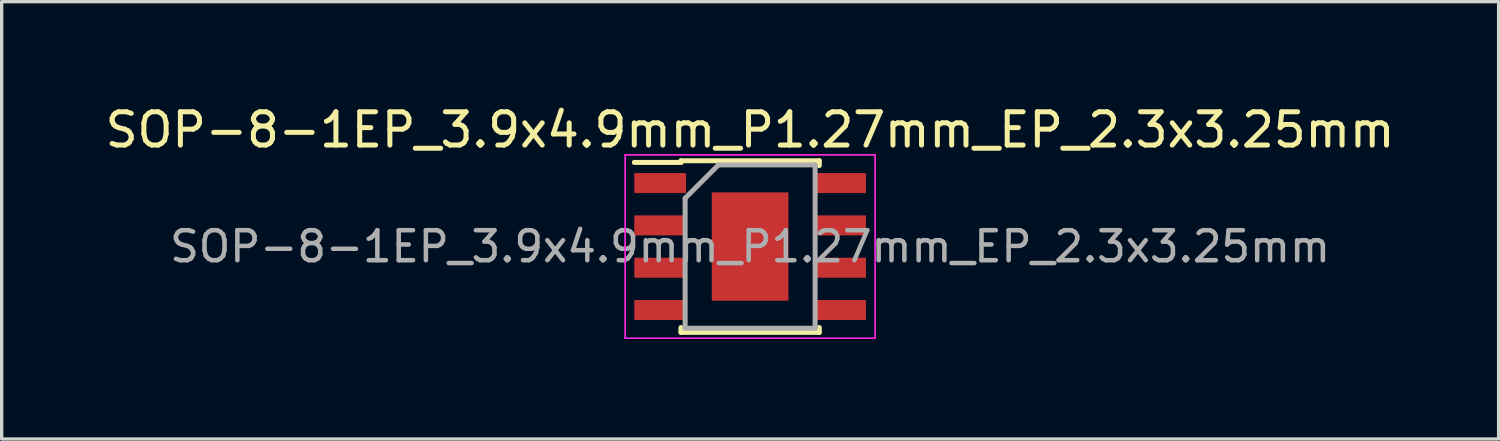
<source format=kicad_pcb>
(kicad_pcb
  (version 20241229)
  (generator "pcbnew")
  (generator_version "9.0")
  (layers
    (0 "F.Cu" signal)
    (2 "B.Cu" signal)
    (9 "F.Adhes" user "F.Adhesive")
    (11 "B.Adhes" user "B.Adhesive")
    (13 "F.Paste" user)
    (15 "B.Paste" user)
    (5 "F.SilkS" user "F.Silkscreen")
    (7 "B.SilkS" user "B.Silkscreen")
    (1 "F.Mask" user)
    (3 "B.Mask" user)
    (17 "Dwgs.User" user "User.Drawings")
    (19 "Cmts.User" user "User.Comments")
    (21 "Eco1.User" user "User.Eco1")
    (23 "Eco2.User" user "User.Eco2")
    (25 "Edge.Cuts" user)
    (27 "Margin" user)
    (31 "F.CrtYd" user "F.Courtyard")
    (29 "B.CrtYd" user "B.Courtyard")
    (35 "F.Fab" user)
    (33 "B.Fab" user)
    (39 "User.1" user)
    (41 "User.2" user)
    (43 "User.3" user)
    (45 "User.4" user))
  (footprint "SOP-8-1EP_3.9x4.9mm_P1.27mm_EP_2.3x3.25mm"
    (layer "F.Cu")
    (at 19.458 4.348)
    (property "Reference" "SOP-8-1EP_3.9x4.9mm_P1.27mm_EP_2.3x3.25mm" (at 0 -3.5 0) (layer "F.SilkS") (effects (font (size 1 1) (thickness 0.15))))
    (attr smd)
    (fp_line (start -2.075 -2.575) (end -2.075 -2.525) (stroke (width 0.15) (type solid)) (layer "F.SilkS"))
    (fp_line (start -2.075 -2.575) (end 2.075 -2.575) (stroke (width 0.15) (type solid)) (layer "F.SilkS"))
    (fp_line (start -2.075 -2.525) (end -3.475 -2.525) (stroke (width 0.15) (type solid)) (layer "F.SilkS"))
    (fp_line (start -2.075 2.575) (end -2.075 2.43) (stroke (width 0.15) (type solid)) (layer "F.SilkS"))
    (fp_line (start -2.075 2.575) (end 2.075 2.575) (stroke (width 0.15) (type solid)) (layer "F.SilkS"))
    (fp_line (start 2.075 -2.575) (end 2.075 -2.43) (stroke (width 0.15) (type solid)) (layer "F.SilkS"))
    (fp_line (start 2.075 2.575) (end 2.075 2.43) (stroke (width 0.15) (type solid)) (layer "F.SilkS"))
    (fp_line (start -3.75 -2.75) (end -3.75 2.75) (stroke (width 0.05) (type solid)) (layer "F.CrtYd"))
    (fp_line (start -3.75 -2.75) (end 3.75 -2.75) (stroke (width 0.05) (type solid)) (layer "F.CrtYd"))
    (fp_line (start -3.75 2.75) (end 3.75 2.75) (stroke (width 0.05) (type solid)) (layer "F.CrtYd"))
    (fp_line (start 3.75 -2.75) (end 3.75 2.75) (stroke (width 0.05) (type solid)) (layer "F.CrtYd"))
    (fp_line (start -1.95 -1.45) (end -0.95 -2.45) (stroke (width 0.15) (type solid)) (layer "F.Fab"))
    (fp_line (start -1.95 2.45) (end -1.95 -1.45) (stroke (width 0.15) (type solid)) (layer "F.Fab"))
    (fp_line (start -0.95 -2.45) (end 1.95 -2.45) (stroke (width 0.15) (type solid)) (layer "F.Fab"))
    (fp_line (start 1.95 -2.45) (end 1.95 2.45) (stroke (width 0.15) (type solid)) (layer "F.Fab"))
    (fp_line (start 1.95 2.45) (end -1.95 2.45) (stroke (width 0.15) (type solid)) (layer "F.Fab"))
    (fp_text user "${REFERENCE}" (at 0 0 0) (layer "F.Fab") (effects (font (size 0.9 0.9) (thickness 0.135))))
    (pad "1" smd rect (at -2.7 -1.905) (size 1.55 0.6) (layers "F.Cu" "F.Mask" "F.Paste"))
    (pad "2" smd rect (at -2.7 -0.635) (size 1.55 0.6) (layers "F.Cu" "F.Mask" "F.Paste"))
    (pad "3" smd rect (at -2.7 0.635) (size 1.55 0.6) (layers "F.Cu" "F.Mask" "F.Paste"))
    (pad "4" smd rect (at -2.7 1.905) (size 1.55 0.6) (layers "F.Cu" "F.Mask" "F.Paste"))
    (pad "5" smd rect (at 2.7 1.905) (size 1.55 0.6) (layers "F.Cu" "F.Mask" "F.Paste"))
    (pad "6" smd rect (at 2.7 0.635) (size 1.55 0.6) (layers "F.Cu" "F.Mask" "F.Paste"))
    (pad "7" smd rect (at 2.7 -0.635) (size 1.55 0.6) (layers "F.Cu" "F.Mask" "F.Paste"))
    (pad "8" smd rect (at 2.7 -1.905) (size 1.55 0.6) (layers "F.Cu" "F.Mask" "F.Paste"))
    (pad "9" smd rect (at 0 0) (size 2.3 3.25) (layers "F.Cu" "F.Mask" "F.Paste")))
  (gr_rect
    (start -3 -3)
    (end 41.917 10.123)
    (stroke (width 0.1) (type default))
    (fill no)
    (layer "Edge.Cuts")))
</source>
